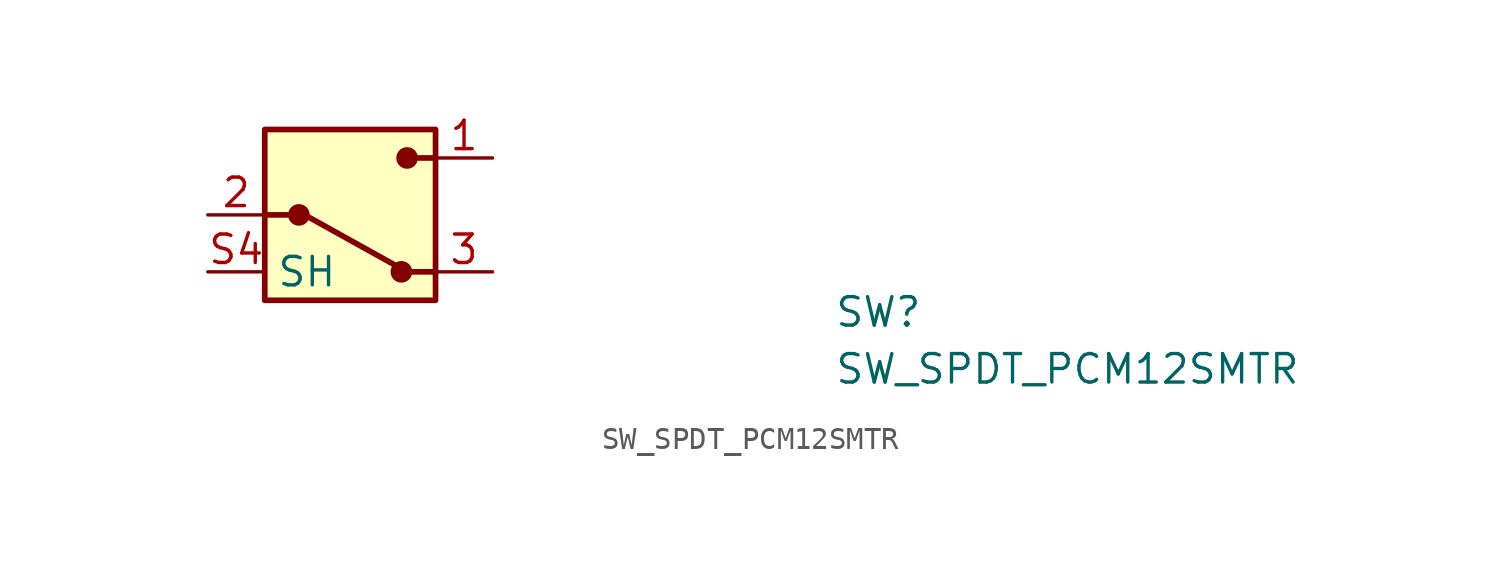
<source format=kicad_sym>
(kicad_symbol_lib
  (version 20220914)
  (generator kicad_symbol_editor)
  (symbol "SW_SPDT_PCM12SMTR"
    (property "Reference" "SW"
      (at 27.94 -5.08 0)
      (effects (font (size 1.27 1.27) (thickness 0.15)) (justify left bottom)))
    (property "Value" "SW_SPDT_PCM12SMTR"
      (at 27.94 -7.62 0)
      (effects (font (size 1.27 1.27) (thickness 0.15)) (justify left bottom)))
    (symbol "SW_SPDT_PCM12SMTR_1_1"
      (polyline (pts (xy 3.81 0) (xy 2.54 0)) (stroke (width 0.254) (type default)) (fill (type none)))
      (polyline (pts (xy 4.318 0) (xy 8.89 -2.54)) (stroke (width 0.254) (type default)) (fill (type none)))
      (polyline (pts (xy 10.16 -2.54) (xy 8.89 -2.54)) (stroke (width 0.254) (type default)) (fill (type none)))
      (polyline (pts (xy 10.16 2.54) (xy 8.89 2.54)) (stroke (width 0.254) (type default)) (fill (type none)))
      (rectangle (start 2.54 3.81) (end 10.16 -3.81) (stroke (width 0.254) (type default)) (fill (type background)))
      (circle (center 4.064 0) (radius 0.356) (stroke (width 0.254) (type default)) (fill (type outline)))
      (circle (center 8.636 -2.54) (radius 0.356) (stroke (width 0.254) (type default)) (fill (type outline)))
      (circle (center 8.89 2.54) (radius 0.356) (stroke (width 0.254) (type default)) (fill (type outline)))
      (pin passive line (at 12.7 2.54 180) (length 2.54) (name "~" (effects (font (size 1.27 1.27)))) (number "1" (effects (font (size 1.27 1.27)))))
      (pin passive line (at 0 0 0) (length 2.54) (name "~" (effects (font (size 1.27 1.27)))) (number "2" (effects (font (size 1.27 1.27)))))
      (pin passive line (at 12.7 -2.54 180) (length 2.54) (name "~" (effects (font (size 1.27 1.27)))) (number "3" (effects (font (size 1.27 1.27)))))
      (pin passive line (at 0 -2.54 0) (length 2.54) hide (name "SH" (effects (font (size 1.27 1.27)))) (number "S1" (effects (font (size 1.27 1.27)))))
      (pin passive line (at 0 -2.54 0) (length 2.54) hide (name "SH" (effects (font (size 1.27 1.27)))) (number "S2" (effects (font (size 1.27 1.27)))))
      (pin passive line (at 0 -2.54 0) (length 2.54) hide (name "SH" (effects (font (size 1.27 1.27)))) (number "S3" (effects (font (size 1.27 1.27)))))
      (pin passive line (at 0 -2.54 0) (length 2.54) (name "SH" (effects (font (size 1.27 1.27)))) (number "S4" (effects (font (size 1.27 1.27))))))))
</source>
